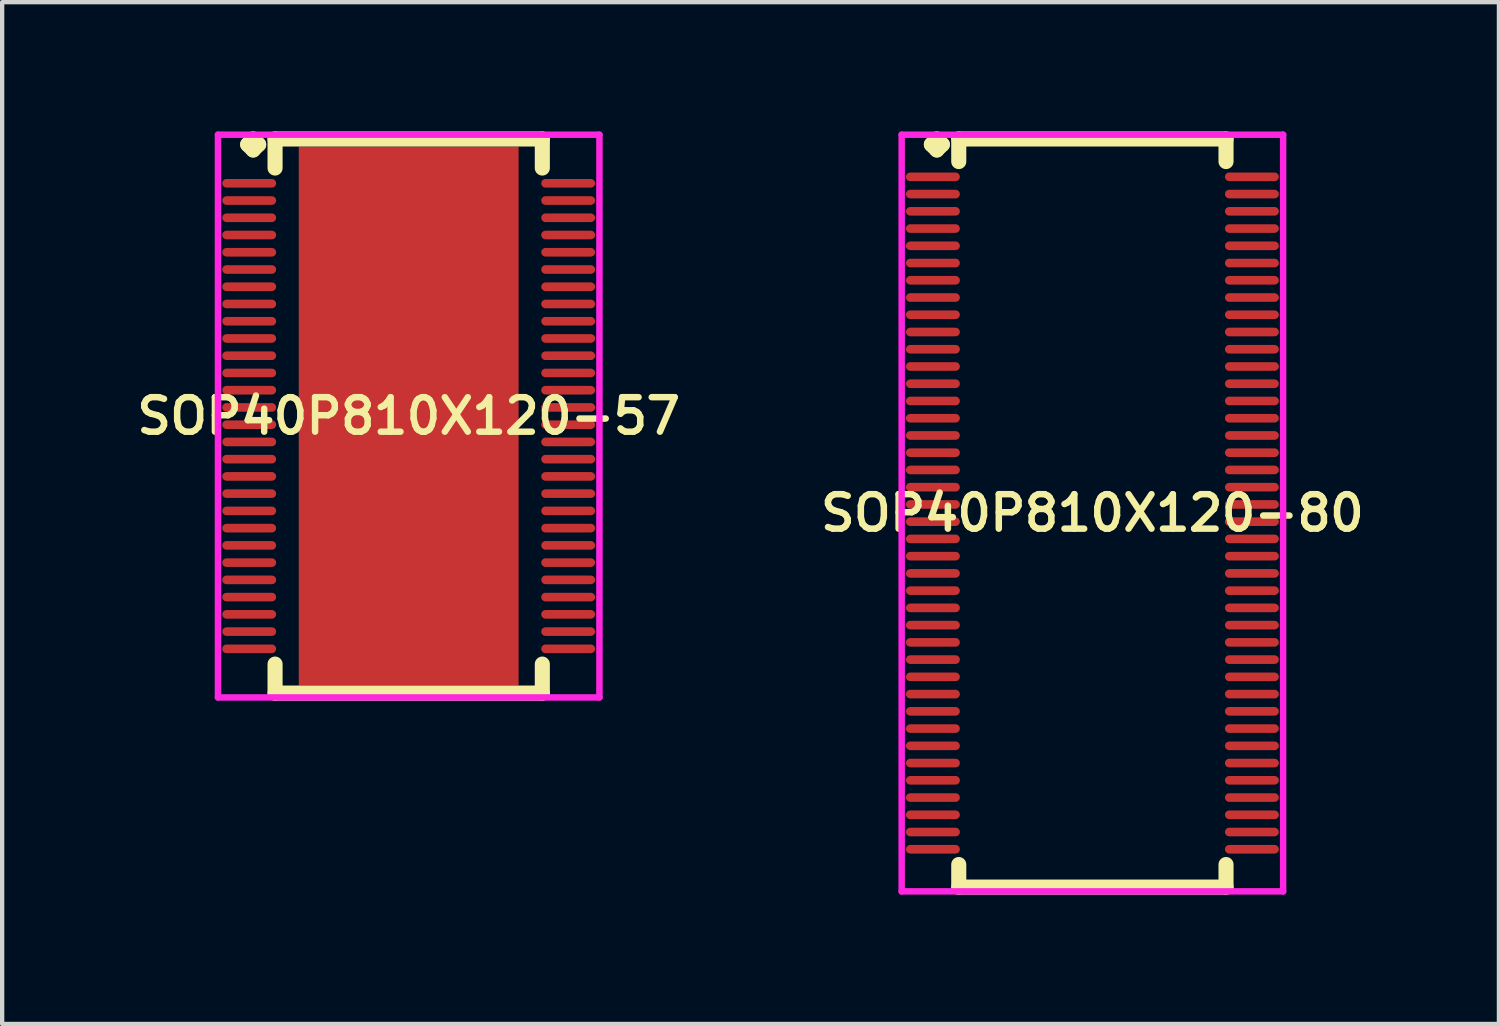
<source format=kicad_pcb>
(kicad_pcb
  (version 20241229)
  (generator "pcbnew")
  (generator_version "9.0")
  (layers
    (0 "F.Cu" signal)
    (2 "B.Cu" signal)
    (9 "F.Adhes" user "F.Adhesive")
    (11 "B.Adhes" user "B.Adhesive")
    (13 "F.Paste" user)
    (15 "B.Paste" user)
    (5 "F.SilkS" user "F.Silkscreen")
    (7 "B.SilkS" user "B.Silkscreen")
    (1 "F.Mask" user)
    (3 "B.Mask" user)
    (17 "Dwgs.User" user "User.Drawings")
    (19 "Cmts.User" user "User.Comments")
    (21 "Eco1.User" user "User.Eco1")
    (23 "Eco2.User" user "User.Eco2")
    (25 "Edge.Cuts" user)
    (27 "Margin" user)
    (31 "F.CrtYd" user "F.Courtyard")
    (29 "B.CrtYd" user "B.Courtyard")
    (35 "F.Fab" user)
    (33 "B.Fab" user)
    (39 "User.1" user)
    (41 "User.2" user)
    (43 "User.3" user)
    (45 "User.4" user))
  (footprint "SOP40P810X120-80"
    (layer "F.Cu")
    (at 22.292 8.852)
    (property "Reference" "SOP40P810X120-80" (at 0 0 0) (layer "F.SilkS") (effects (font (size 0.8 0.8) (thickness 0.15))))
    (attr smd)
    (fp_line (start -3.735 -8.55) (end -3.608 -8.677) (stroke (width 0.35) (type solid)) (layer "F.SilkS"))
    (fp_line (start -3.608 -8.677) (end -3.481 -8.55) (stroke (width 0.35) (type solid)) (layer "F.SilkS"))
    (fp_line (start -3.608 -8.423) (end -3.735 -8.55) (stroke (width 0.35) (type solid)) (layer "F.SilkS"))
    (fp_line (start -3.481 -8.55) (end -3.608 -8.423) (stroke (width 0.35) (type solid)) (layer "F.SilkS"))
    (fp_line (start -3.1 -8.677) (end 3.1 -8.677) (stroke (width 0.35) (type solid)) (layer "F.SilkS"))
    (fp_line (start -3.1 -8.154) (end -3.1 -8.677) (stroke (width 0.35) (type solid)) (layer "F.SilkS"))
    (fp_line (start -3.1 8.154) (end -3.1 8.677) (stroke (width 0.35) (type solid)) (layer "F.SilkS"))
    (fp_line (start -3.1 8.677) (end 3.1 8.677) (stroke (width 0.35) (type solid)) (layer "F.SilkS"))
    (fp_line (start 3.1 -8.677) (end 3.1 -8.154) (stroke (width 0.35) (type solid)) (layer "F.SilkS"))
    (fp_line (start 3.1 8.677) (end 3.1 8.154) (stroke (width 0.35) (type solid)) (layer "F.SilkS"))
    (fp_line (start -4.425 -8.777) (end 4.425 -8.777) (stroke (width 0.15) (type solid)) (layer "F.CrtYd"))
    (fp_line (start -4.425 8.777) (end -4.425 -8.777) (stroke (width 0.15) (type solid)) (layer "F.CrtYd"))
    (fp_line (start 4.425 -8.777) (end 4.425 8.777) (stroke (width 0.15) (type solid)) (layer "F.CrtYd"))
    (fp_line (start 4.425 8.777) (end -4.425 8.777) (stroke (width 0.15) (type solid)) (layer "F.CrtYd"))
    (pad "1" smd oval (at -3.7 -7.8) (size 1.25 0.2) (layers "F.Cu" "F.Mask" "F.Paste"))
    (pad "2" smd oval (at -3.7 -7.4) (size 1.25 0.2) (layers "F.Cu" "F.Mask" "F.Paste"))
    (pad "3" smd oval (at -3.7 -7) (size 1.25 0.2) (layers "F.Cu" "F.Mask" "F.Paste"))
    (pad "4" smd oval (at -3.7 -6.6) (size 1.25 0.2) (layers "F.Cu" "F.Mask" "F.Paste"))
    (pad "5" smd oval (at -3.7 -6.2) (size 1.25 0.2) (layers "F.Cu" "F.Mask" "F.Paste"))
    (pad "6" smd oval (at -3.7 -5.8) (size 1.25 0.2) (layers "F.Cu" "F.Mask" "F.Paste"))
    (pad "7" smd oval (at -3.7 -5.4) (size 1.25 0.2) (layers "F.Cu" "F.Mask" "F.Paste"))
    (pad "8" smd oval (at -3.7 -5) (size 1.25 0.2) (layers "F.Cu" "F.Mask" "F.Paste"))
    (pad "9" smd oval (at -3.7 -4.6) (size 1.25 0.2) (layers "F.Cu" "F.Mask" "F.Paste"))
    (pad "10" smd oval (at -3.7 -4.2) (size 1.25 0.2) (layers "F.Cu" "F.Mask" "F.Paste"))
    (pad "11" smd oval (at -3.7 -3.8) (size 1.25 0.2) (layers "F.Cu" "F.Mask" "F.Paste"))
    (pad "12" smd oval (at -3.7 -3.4) (size 1.25 0.2) (layers "F.Cu" "F.Mask" "F.Paste"))
    (pad "13" smd oval (at -3.7 -3) (size 1.25 0.2) (layers "F.Cu" "F.Mask" "F.Paste"))
    (pad "14" smd oval (at -3.7 -2.6) (size 1.25 0.2) (layers "F.Cu" "F.Mask" "F.Paste"))
    (pad "15" smd oval (at -3.7 -2.2) (size 1.25 0.2) (layers "F.Cu" "F.Mask" "F.Paste"))
    (pad "16" smd oval (at -3.7 -1.8) (size 1.25 0.2) (layers "F.Cu" "F.Mask" "F.Paste"))
    (pad "17" smd oval (at -3.7 -1.4) (size 1.25 0.2) (layers "F.Cu" "F.Mask" "F.Paste"))
    (pad "18" smd oval (at -3.7 -1) (size 1.25 0.2) (layers "F.Cu" "F.Mask" "F.Paste"))
    (pad "19" smd oval (at -3.7 -0.6) (size 1.25 0.2) (layers "F.Cu" "F.Mask" "F.Paste"))
    (pad "20" smd oval (at -3.7 -0.2) (size 1.25 0.2) (layers "F.Cu" "F.Mask" "F.Paste"))
    (pad "21" smd oval (at -3.7 0.2) (size 1.25 0.2) (layers "F.Cu" "F.Mask" "F.Paste"))
    (pad "22" smd oval (at -3.7 0.6) (size 1.25 0.2) (layers "F.Cu" "F.Mask" "F.Paste"))
    (pad "23" smd oval (at -3.7 1) (size 1.25 0.2) (layers "F.Cu" "F.Mask" "F.Paste"))
    (pad "24" smd oval (at -3.7 1.4) (size 1.25 0.2) (layers "F.Cu" "F.Mask" "F.Paste"))
    (pad "25" smd oval (at -3.7 1.8) (size 1.25 0.2) (layers "F.Cu" "F.Mask" "F.Paste"))
    (pad "26" smd oval (at -3.7 2.2) (size 1.25 0.2) (layers "F.Cu" "F.Mask" "F.Paste"))
    (pad "27" smd oval (at -3.7 2.6) (size 1.25 0.2) (layers "F.Cu" "F.Mask" "F.Paste"))
    (pad "28" smd oval (at -3.7 3) (size 1.25 0.2) (layers "F.Cu" "F.Mask" "F.Paste"))
    (pad "29" smd oval (at -3.7 3.4) (size 1.25 0.2) (layers "F.Cu" "F.Mask" "F.Paste"))
    (pad "30" smd oval (at -3.7 3.8) (size 1.25 0.2) (layers "F.Cu" "F.Mask" "F.Paste"))
    (pad "31" smd oval (at -3.7 4.2) (size 1.25 0.2) (layers "F.Cu" "F.Mask" "F.Paste"))
    (pad "32" smd oval (at -3.7 4.6) (size 1.25 0.2) (layers "F.Cu" "F.Mask" "F.Paste"))
    (pad "33" smd oval (at -3.7 5) (size 1.25 0.2) (layers "F.Cu" "F.Mask" "F.Paste"))
    (pad "34" smd oval (at -3.7 5.4) (size 1.25 0.2) (layers "F.Cu" "F.Mask" "F.Paste"))
    (pad "35" smd oval (at -3.7 5.8) (size 1.25 0.2) (layers "F.Cu" "F.Mask" "F.Paste"))
    (pad "36" smd oval (at -3.7 6.2) (size 1.25 0.2) (layers "F.Cu" "F.Mask" "F.Paste"))
    (pad "37" smd oval (at -3.7 6.6) (size 1.25 0.2) (layers "F.Cu" "F.Mask" "F.Paste"))
    (pad "38" smd oval (at -3.7 7) (size 1.25 0.2) (layers "F.Cu" "F.Mask" "F.Paste"))
    (pad "39" smd oval (at -3.7 7.4) (size 1.25 0.2) (layers "F.Cu" "F.Mask" "F.Paste"))
    (pad "40" smd oval (at -3.7 7.8) (size 1.25 0.2) (layers "F.Cu" "F.Mask" "F.Paste"))
    (pad "41" smd oval (at 3.7 7.8) (size 1.25 0.2) (layers "F.Cu" "F.Mask" "F.Paste"))
    (pad "42" smd oval (at 3.7 7.4) (size 1.25 0.2) (layers "F.Cu" "F.Mask" "F.Paste"))
    (pad "43" smd oval (at 3.7 7) (size 1.25 0.2) (layers "F.Cu" "F.Mask" "F.Paste"))
    (pad "44" smd oval (at 3.7 6.6) (size 1.25 0.2) (layers "F.Cu" "F.Mask" "F.Paste"))
    (pad "45" smd oval (at 3.7 6.2) (size 1.25 0.2) (layers "F.Cu" "F.Mask" "F.Paste"))
    (pad "46" smd oval (at 3.7 5.8) (size 1.25 0.2) (layers "F.Cu" "F.Mask" "F.Paste"))
    (pad "47" smd oval (at 3.7 5.4) (size 1.25 0.2) (layers "F.Cu" "F.Mask" "F.Paste"))
    (pad "48" smd oval (at 3.7 5) (size 1.25 0.2) (layers "F.Cu" "F.Mask" "F.Paste"))
    (pad "49" smd oval (at 3.7 4.6) (size 1.25 0.2) (layers "F.Cu" "F.Mask" "F.Paste"))
    (pad "50" smd oval (at 3.7 4.2) (size 1.25 0.2) (layers "F.Cu" "F.Mask" "F.Paste"))
    (pad "51" smd oval (at 3.7 3.8) (size 1.25 0.2) (layers "F.Cu" "F.Mask" "F.Paste"))
    (pad "52" smd oval (at 3.7 3.4) (size 1.25 0.2) (layers "F.Cu" "F.Mask" "F.Paste"))
    (pad "53" smd oval (at 3.7 3) (size 1.25 0.2) (layers "F.Cu" "F.Mask" "F.Paste"))
    (pad "54" smd oval (at 3.7 2.6) (size 1.25 0.2) (layers "F.Cu" "F.Mask" "F.Paste"))
    (pad "55" smd oval (at 3.7 2.2) (size 1.25 0.2) (layers "F.Cu" "F.Mask" "F.Paste"))
    (pad "56" smd oval (at 3.7 1.8) (size 1.25 0.2) (layers "F.Cu" "F.Mask" "F.Paste"))
    (pad "57" smd oval (at 3.7 1.4) (size 1.25 0.2) (layers "F.Cu" "F.Mask" "F.Paste"))
    (pad "58" smd oval (at 3.7 1) (size 1.25 0.2) (layers "F.Cu" "F.Mask" "F.Paste"))
    (pad "59" smd oval (at 3.7 0.6) (size 1.25 0.2) (layers "F.Cu" "F.Mask" "F.Paste"))
    (pad "60" smd oval (at 3.7 0.2) (size 1.25 0.2) (layers "F.Cu" "F.Mask" "F.Paste"))
    (pad "61" smd oval (at 3.7 -0.2) (size 1.25 0.2) (layers "F.Cu" "F.Mask" "F.Paste"))
    (pad "62" smd oval (at 3.7 -0.6) (size 1.25 0.2) (layers "F.Cu" "F.Mask" "F.Paste"))
    (pad "63" smd oval (at 3.7 -1) (size 1.25 0.2) (layers "F.Cu" "F.Mask" "F.Paste"))
    (pad "64" smd oval (at 3.7 -1.4) (size 1.25 0.2) (layers "F.Cu" "F.Mask" "F.Paste"))
    (pad "65" smd oval (at 3.7 -1.8) (size 1.25 0.2) (layers "F.Cu" "F.Mask" "F.Paste"))
    (pad "66" smd oval (at 3.7 -2.2) (size 1.25 0.2) (layers "F.Cu" "F.Mask" "F.Paste"))
    (pad "67" smd oval (at 3.7 -2.6) (size 1.25 0.2) (layers "F.Cu" "F.Mask" "F.Paste"))
    (pad "68" smd oval (at 3.7 -3) (size 1.25 0.2) (layers "F.Cu" "F.Mask" "F.Paste"))
    (pad "69" smd oval (at 3.7 -3.4) (size 1.25 0.2) (layers "F.Cu" "F.Mask" "F.Paste"))
    (pad "70" smd oval (at 3.7 -3.8) (size 1.25 0.2) (layers "F.Cu" "F.Mask" "F.Paste"))
    (pad "71" smd oval (at 3.7 -4.2) (size 1.25 0.2) (layers "F.Cu" "F.Mask" "F.Paste"))
    (pad "72" smd oval (at 3.7 -4.6) (size 1.25 0.2) (layers "F.Cu" "F.Mask" "F.Paste"))
    (pad "73" smd oval (at 3.7 -5) (size 1.25 0.2) (layers "F.Cu" "F.Mask" "F.Paste"))
    (pad "74" smd oval (at 3.7 -5.4) (size 1.25 0.2) (layers "F.Cu" "F.Mask" "F.Paste"))
    (pad "75" smd oval (at 3.7 -5.8) (size 1.25 0.2) (layers "F.Cu" "F.Mask" "F.Paste"))
    (pad "76" smd oval (at 3.7 -6.2) (size 1.25 0.2) (layers "F.Cu" "F.Mask" "F.Paste"))
    (pad "77" smd oval (at 3.7 -6.6) (size 1.25 0.2) (layers "F.Cu" "F.Mask" "F.Paste"))
    (pad "78" smd oval (at 3.7 -7) (size 1.25 0.2) (layers "F.Cu" "F.Mask" "F.Paste"))
    (pad "79" smd oval (at 3.7 -7.4) (size 1.25 0.2) (layers "F.Cu" "F.Mask" "F.Paste"))
    (pad "80" smd oval (at 3.7 -7.8) (size 1.25 0.2) (layers "F.Cu" "F.Mask" "F.Paste")))
  (footprint "SOP40P810X120-57"
    (layer "F.Cu")
    (at 6.431 6.602)
    (property "Reference" "SOP40P810X120-57" (at 0 0 0) (layer "F.SilkS") (effects (font (size 0.8 0.8) (thickness 0.15))))
    (attr smd)
    (fp_line (start -3.735 -6.3) (end -3.608 -6.427) (stroke (width 0.35) (type solid)) (layer "F.SilkS"))
    (fp_line (start -3.608 -6.427) (end -3.481 -6.3) (stroke (width 0.35) (type solid)) (layer "F.SilkS"))
    (fp_line (start -3.608 -6.173) (end -3.735 -6.3) (stroke (width 0.35) (type solid)) (layer "F.SilkS"))
    (fp_line (start -3.481 -6.3) (end -3.608 -6.173) (stroke (width 0.35) (type solid)) (layer "F.SilkS"))
    (fp_line (start -3.1 -6.427) (end 3.1 -6.427) (stroke (width 0.35) (type solid)) (layer "F.SilkS"))
    (fp_line (start -3.1 -5.754) (end -3.1 -6.427) (stroke (width 0.35) (type solid)) (layer "F.SilkS"))
    (fp_line (start -3.1 5.754) (end -3.1 6.427) (stroke (width 0.35) (type solid)) (layer "F.SilkS"))
    (fp_line (start -3.1 6.427) (end 3.1 6.427) (stroke (width 0.35) (type solid)) (layer "F.SilkS"))
    (fp_line (start 3.1 -6.427) (end 3.1 -5.754) (stroke (width 0.35) (type solid)) (layer "F.SilkS"))
    (fp_line (start 3.1 6.427) (end 3.1 5.754) (stroke (width 0.35) (type solid)) (layer "F.SilkS"))
    (fp_line (start -4.425 -6.527) (end 4.425 -6.527) (stroke (width 0.15) (type solid)) (layer "F.CrtYd"))
    (fp_line (start -4.425 6.527) (end -4.425 -6.527) (stroke (width 0.15) (type solid)) (layer "F.CrtYd"))
    (fp_line (start 4.425 -6.527) (end 4.425 6.527) (stroke (width 0.15) (type solid)) (layer "F.CrtYd"))
    (fp_line (start 4.425 6.527) (end -4.425 6.527) (stroke (width 0.15) (type solid)) (layer "F.CrtYd"))
    (pad "1" smd oval (at -3.7 -5.4) (size 1.25 0.2) (layers "F.Cu" "F.Mask" "F.Paste"))
    (pad "2" smd oval (at -3.7 -5) (size 1.25 0.2) (layers "F.Cu" "F.Mask" "F.Paste"))
    (pad "3" smd oval (at -3.7 -4.6) (size 1.25 0.2) (layers "F.Cu" "F.Mask" "F.Paste"))
    (pad "4" smd oval (at -3.7 -4.2) (size 1.25 0.2) (layers "F.Cu" "F.Mask" "F.Paste"))
    (pad "5" smd oval (at -3.7 -3.8) (size 1.25 0.2) (layers "F.Cu" "F.Mask" "F.Paste"))
    (pad "6" smd oval (at -3.7 -3.4) (size 1.25 0.2) (layers "F.Cu" "F.Mask" "F.Paste"))
    (pad "7" smd oval (at -3.7 -3) (size 1.25 0.2) (layers "F.Cu" "F.Mask" "F.Paste"))
    (pad "8" smd oval (at -3.7 -2.6) (size 1.25 0.2) (layers "F.Cu" "F.Mask" "F.Paste"))
    (pad "9" smd oval (at -3.7 -2.2) (size 1.25 0.2) (layers "F.Cu" "F.Mask" "F.Paste"))
    (pad "10" smd oval (at -3.7 -1.8) (size 1.25 0.2) (layers "F.Cu" "F.Mask" "F.Paste"))
    (pad "11" smd oval (at -3.7 -1.4) (size 1.25 0.2) (layers "F.Cu" "F.Mask" "F.Paste"))
    (pad "12" smd oval (at -3.7 -1) (size 1.25 0.2) (layers "F.Cu" "F.Mask" "F.Paste"))
    (pad "13" smd oval (at -3.7 -0.6) (size 1.25 0.2) (layers "F.Cu" "F.Mask" "F.Paste"))
    (pad "14" smd oval (at -3.7 -0.2) (size 1.25 0.2) (layers "F.Cu" "F.Mask" "F.Paste"))
    (pad "15" smd oval (at -3.7 0.2) (size 1.25 0.2) (layers "F.Cu" "F.Mask" "F.Paste"))
    (pad "16" smd oval (at -3.7 0.6) (size 1.25 0.2) (layers "F.Cu" "F.Mask" "F.Paste"))
    (pad "17" smd oval (at -3.7 1) (size 1.25 0.2) (layers "F.Cu" "F.Mask" "F.Paste"))
    (pad "18" smd oval (at -3.7 1.4) (size 1.25 0.2) (layers "F.Cu" "F.Mask" "F.Paste"))
    (pad "19" smd oval (at -3.7 1.8) (size 1.25 0.2) (layers "F.Cu" "F.Mask" "F.Paste"))
    (pad "20" smd oval (at -3.7 2.2) (size 1.25 0.2) (layers "F.Cu" "F.Mask" "F.Paste"))
    (pad "21" smd oval (at -3.7 2.6) (size 1.25 0.2) (layers "F.Cu" "F.Mask" "F.Paste"))
    (pad "22" smd oval (at -3.7 3) (size 1.25 0.2) (layers "F.Cu" "F.Mask" "F.Paste"))
    (pad "23" smd oval (at -3.7 3.4) (size 1.25 0.2) (layers "F.Cu" "F.Mask" "F.Paste"))
    (pad "24" smd oval (at -3.7 3.8) (size 1.25 0.2) (layers "F.Cu" "F.Mask" "F.Paste"))
    (pad "25" smd oval (at -3.7 4.2) (size 1.25 0.2) (layers "F.Cu" "F.Mask" "F.Paste"))
    (pad "26" smd oval (at -3.7 4.6) (size 1.25 0.2) (layers "F.Cu" "F.Mask" "F.Paste"))
    (pad "27" smd oval (at -3.7 5) (size 1.25 0.2) (layers "F.Cu" "F.Mask" "F.Paste"))
    (pad "28" smd oval (at -3.7 5.4) (size 1.25 0.2) (layers "F.Cu" "F.Mask" "F.Paste"))
    (pad "29" smd oval (at 3.7 5.4) (size 1.25 0.2) (layers "F.Cu" "F.Mask" "F.Paste"))
    (pad "30" smd oval (at 3.7 5) (size 1.25 0.2) (layers "F.Cu" "F.Mask" "F.Paste"))
    (pad "31" smd oval (at 3.7 4.6) (size 1.25 0.2) (layers "F.Cu" "F.Mask" "F.Paste"))
    (pad "32" smd oval (at 3.7 4.2) (size 1.25 0.2) (layers "F.Cu" "F.Mask" "F.Paste"))
    (pad "33" smd oval (at 3.7 3.8) (size 1.25 0.2) (layers "F.Cu" "F.Mask" "F.Paste"))
    (pad "34" smd oval (at 3.7 3.4) (size 1.25 0.2) (layers "F.Cu" "F.Mask" "F.Paste"))
    (pad "35" smd oval (at 3.7 3) (size 1.25 0.2) (layers "F.Cu" "F.Mask" "F.Paste"))
    (pad "36" smd oval (at 3.7 2.6) (size 1.25 0.2) (layers "F.Cu" "F.Mask" "F.Paste"))
    (pad "37" smd oval (at 3.7 2.2) (size 1.25 0.2) (layers "F.Cu" "F.Mask" "F.Paste"))
    (pad "38" smd oval (at 3.7 1.8) (size 1.25 0.2) (layers "F.Cu" "F.Mask" "F.Paste"))
    (pad "39" smd oval (at 3.7 1.4) (size 1.25 0.2) (layers "F.Cu" "F.Mask" "F.Paste"))
    (pad "40" smd oval (at 3.7 1) (size 1.25 0.2) (layers "F.Cu" "F.Mask" "F.Paste"))
    (pad "41" smd oval (at 3.7 0.6) (size 1.25 0.2) (layers "F.Cu" "F.Mask" "F.Paste"))
    (pad "42" smd oval (at 3.7 0.2) (size 1.25 0.2) (layers "F.Cu" "F.Mask" "F.Paste"))
    (pad "43" smd oval (at 3.7 -0.2) (size 1.25 0.2) (layers "F.Cu" "F.Mask" "F.Paste"))
    (pad "44" smd oval (at 3.7 -0.6) (size 1.25 0.2) (layers "F.Cu" "F.Mask" "F.Paste"))
    (pad "45" smd oval (at 3.7 -1) (size 1.25 0.2) (layers "F.Cu" "F.Mask" "F.Paste"))
    (pad "46" smd oval (at 3.7 -1.4) (size 1.25 0.2) (layers "F.Cu" "F.Mask" "F.Paste"))
    (pad "47" smd oval (at 3.7 -1.8) (size 1.25 0.2) (layers "F.Cu" "F.Mask" "F.Paste"))
    (pad "48" smd oval (at 3.7 -2.2) (size 1.25 0.2) (layers "F.Cu" "F.Mask" "F.Paste"))
    (pad "49" smd oval (at 3.7 -2.6) (size 1.25 0.2) (layers "F.Cu" "F.Mask" "F.Paste"))
    (pad "50" smd oval (at 3.7 -3) (size 1.25 0.2) (layers "F.Cu" "F.Mask" "F.Paste"))
    (pad "51" smd oval (at 3.7 -3.4) (size 1.25 0.2) (layers "F.Cu" "F.Mask" "F.Paste"))
    (pad "52" smd oval (at 3.7 -3.8) (size 1.25 0.2) (layers "F.Cu" "F.Mask" "F.Paste"))
    (pad "53" smd oval (at 3.7 -4.2) (size 1.25 0.2) (layers "F.Cu" "F.Mask" "F.Paste"))
    (pad "54" smd oval (at 3.7 -4.6) (size 1.25 0.2) (layers "F.Cu" "F.Mask" "F.Paste"))
    (pad "55" smd oval (at 3.7 -5) (size 1.25 0.2) (layers "F.Cu" "F.Mask" "F.Paste"))
    (pad "56" smd oval (at 3.7 -5.4) (size 1.25 0.2) (layers "F.Cu" "F.Mask" "F.Paste"))
    (pad "57" smd rect (at 0 0) (size 5.1 12.5) (layers "F.Cu" "F.Mask" "F.Paste")))
  (gr_rect
    (start -3 -3)
    (end 31.723 20.704)
    (stroke (width 0.1) (type default))
    (fill no)
    (layer "Edge.Cuts")))
</source>
